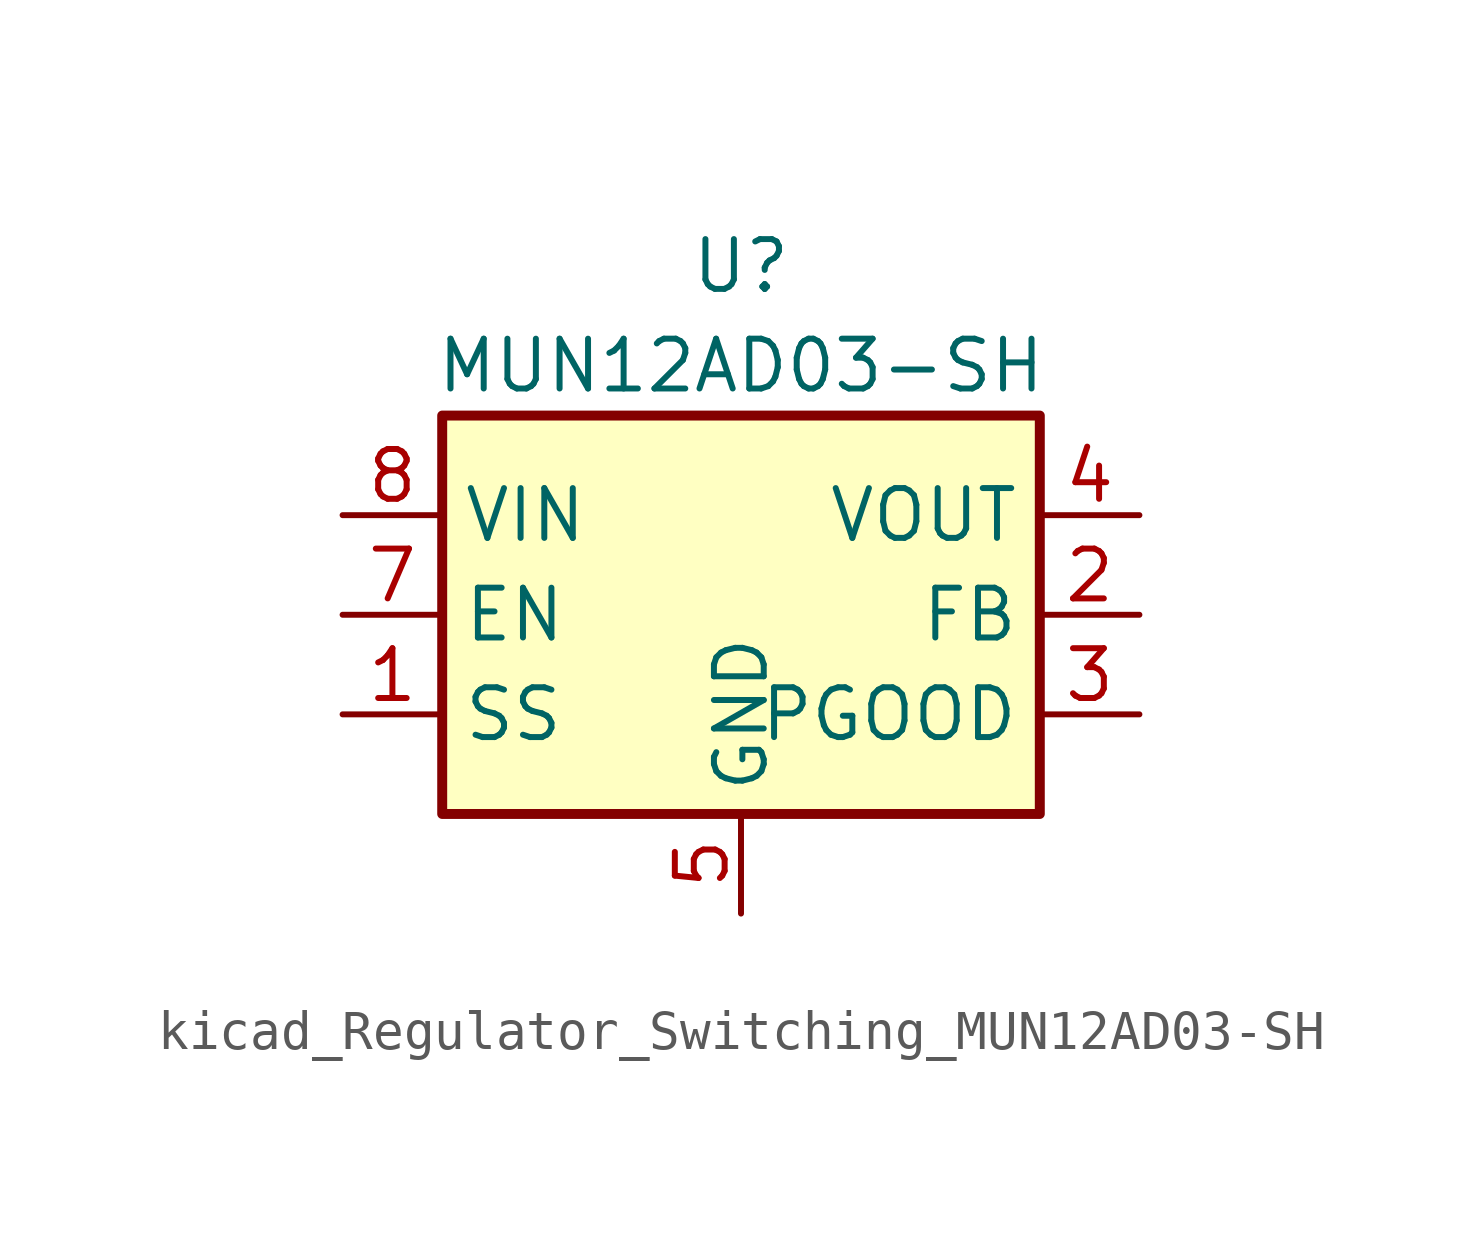
<source format=kicad_sym>
(kicad_symbol_lib
  (version 20220914)
  (generator kicad_symbol_editor)
  (symbol "kicad_Regulator_Switching_MUN12AD03-SH"
    (property "Reference" "U"
      (at 0 8.89 0)
      (effects (font (size 1.27 1.27))))
    (property "Value" "MUN12AD03-SH"
      (at 0 6.35 0)
      (effects (font (size 1.27 1.27))))
    (symbol "kicad_Regulator_Switching_MUN12AD03-SH_0_1"
      (rectangle (start -7.62 5.08) (end 7.62 -5.08) (stroke (width 0.254) (type default)) (fill (type background))))
    (symbol "kicad_Regulator_Switching_MUN12AD03-SH_1_1"
      (pin input line (at -10.16 -2.54 0) (length 2.54) (name "SS" (effects (font (size 1.27 1.27)))) (number "1" (effects (font (size 1.27 1.27)))))
      (pin passive line (at 0 -7.62 90) (length 2.54) hide (name "GND" (effects (font (size 1.27 1.27)))) (number "10" (effects (font (size 1.27 1.27)))))
      (pin passive line (at 0 -7.62 90) (length 2.54) hide (name "GND" (effects (font (size 1.27 1.27)))) (number "11" (effects (font (size 1.27 1.27)))))
      (pin input line (at 10.16 0 180) (length 2.54) (name "FB" (effects (font (size 1.27 1.27)))) (number "2" (effects (font (size 1.27 1.27)))))
      (pin open_collector line (at 10.16 -2.54 180) (length 2.54) (name "PGOOD" (effects (font (size 1.27 1.27)))) (number "3" (effects (font (size 1.27 1.27)))))
      (pin power_out line (at 10.16 2.54 180) (length 2.54) (name "VOUT" (effects (font (size 1.27 1.27)))) (number "4" (effects (font (size 1.27 1.27)))))
      (pin power_in line (at 0 -7.62 90) (length 2.54) (name "GND" (effects (font (size 1.27 1.27)))) (number "5" (effects (font (size 1.27 1.27)))))
      (pin no_connect line (at -2.54 -5.08 90) (length 2.54) hide (name "NC" (effects (font (size 1.27 1.27)))) (number "6" (effects (font (size 1.27 1.27)))))
      (pin input line (at -10.16 0 0) (length 2.54) (name "EN" (effects (font (size 1.27 1.27)))) (number "7" (effects (font (size 1.27 1.27)))))
      (pin power_in line (at -10.16 2.54 0) (length 2.54) (name "VIN" (effects (font (size 1.27 1.27)))) (number "8" (effects (font (size 1.27 1.27)))))
      (pin passive line (at 10.16 2.54 180) (length 2.54) hide (name "VOUT" (effects (font (size 1.27 1.27)))) (number "9" (effects (font (size 1.27 1.27))))))))
</source>
